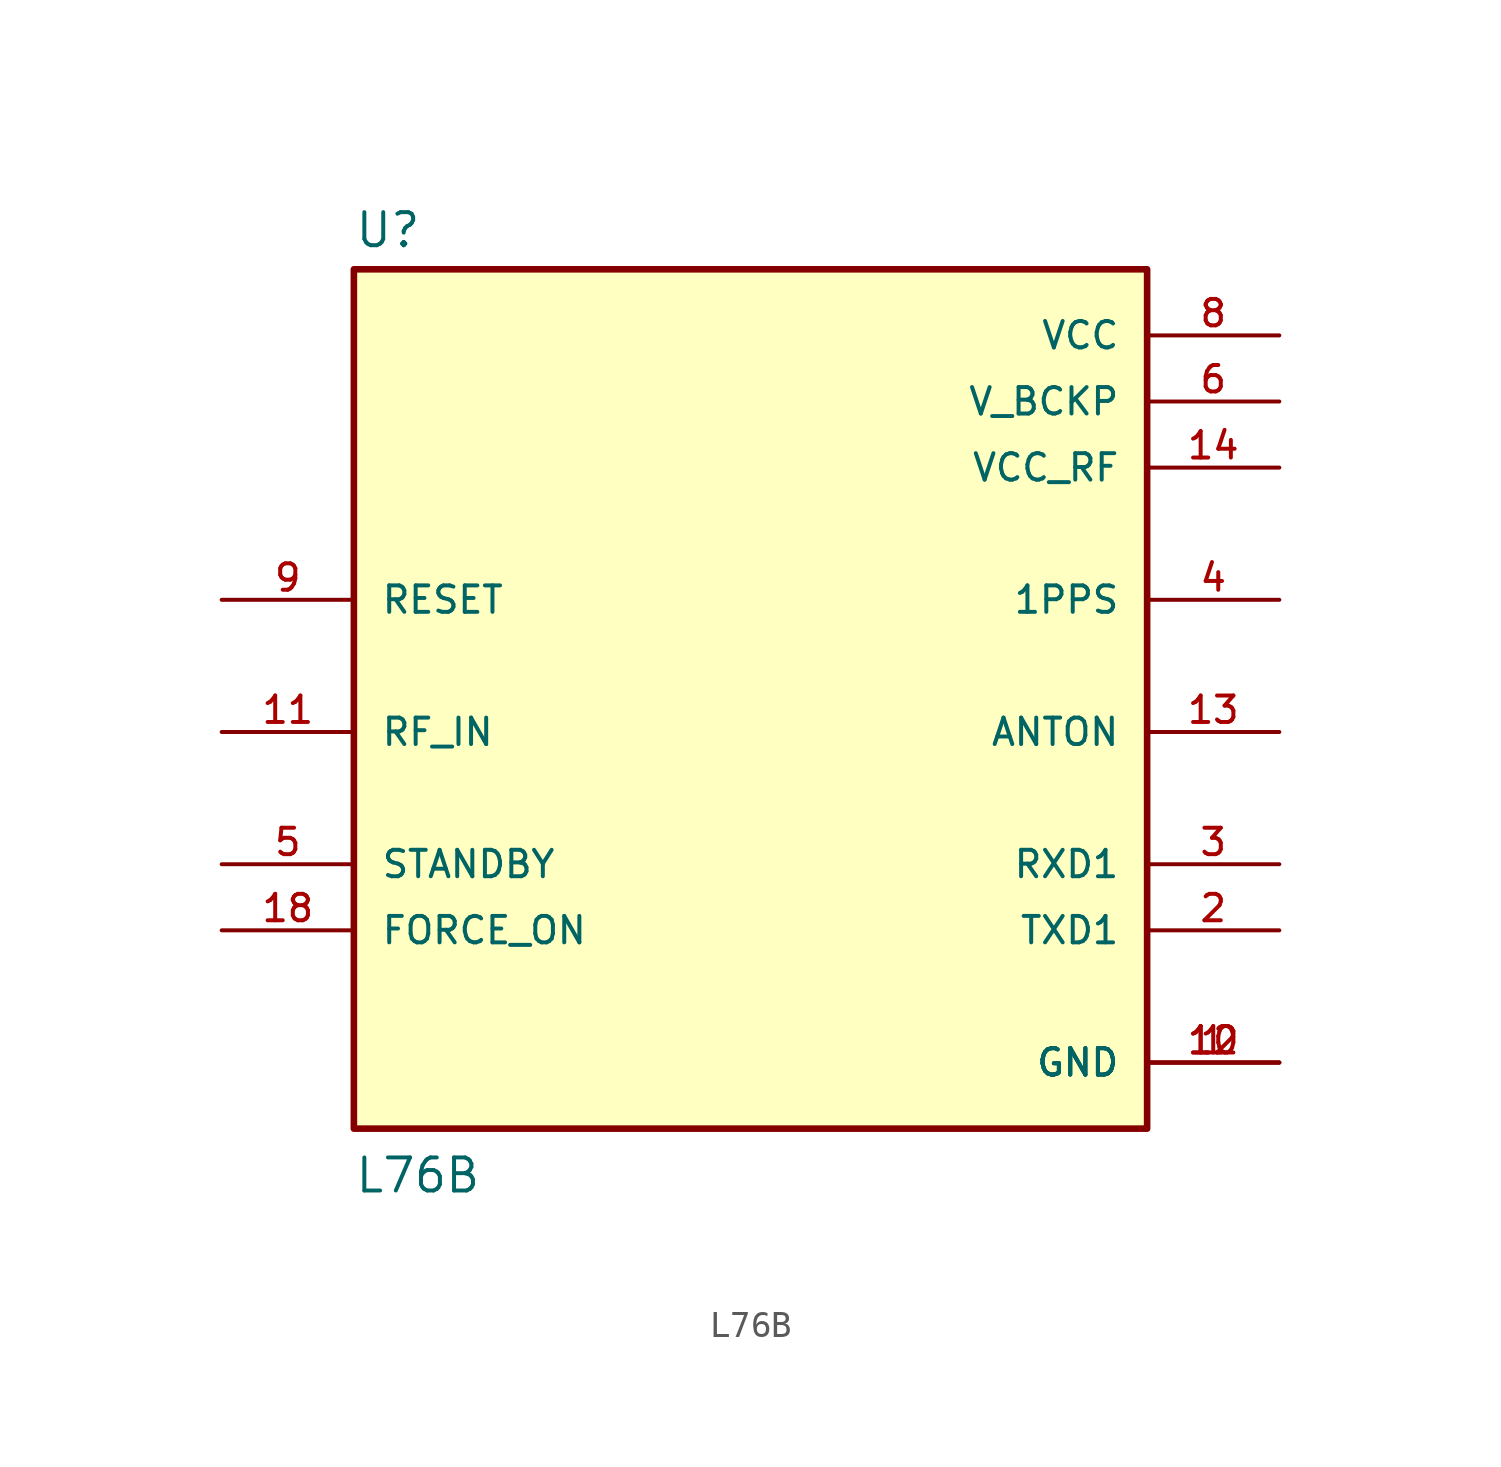
<source format=kicad_sym>
(kicad_symbol_lib
  (version 20211014)
  (generator kicad_symbol_editor)
  (symbol "L76B"
    (pin_names
      (offset 1.016))
    (property "Reference" "U"
      (at -15.24 18.542 0)
      (effects (font (size 1.27 1.27)) (justify left bottom)))
    (property "Value" "L76B"
      (at -15.24 -17.78 0)
      (effects (font (size 1.27 1.27)) (justify left bottom)))
    (property "ki_locked" ""
      (at 0 0 0)
      (effects (font (size 1.27 1.27))))
    (symbol "L76B_0_0"
      (rectangle (start -15.24 -15.24) (end 15.24 17.78) (stroke (width 0.254) (type default) (color 0 0 0 0)) (fill (type background)))
      (pin power_in line (at 20.32 -12.7 180) (length 5.08) (name "GND" (effects (font (size 1.016 1.016)))) (number "1" (effects (font (size 1.016 1.016)))))
      (pin power_in line (at 20.32 -12.7 180) (length 5.08) (name "GND" (effects (font (size 1.016 1.016)))) (number "10" (effects (font (size 1.016 1.016)))))
      (pin input line (at -20.32 0 0) (length 5.08) (name "RF_IN" (effects (font (size 1.016 1.016)))) (number "11" (effects (font (size 1.016 1.016)))))
      (pin power_in line (at 20.32 -12.7 180) (length 5.08) (name "GND" (effects (font (size 1.016 1.016)))) (number "12" (effects (font (size 1.016 1.016)))))
      (pin output line (at 20.32 0 180) (length 5.08) (name "ANTON" (effects (font (size 1.016 1.016)))) (number "13" (effects (font (size 1.016 1.016)))))
      (pin power_in line (at 20.32 10.16 180) (length 5.08) (name "VCC_RF" (effects (font (size 1.016 1.016)))) (number "14" (effects (font (size 1.016 1.016)))))
      (pin input line (at -20.32 -7.62 0) (length 5.08) (name "FORCE_ON" (effects (font (size 1.016 1.016)))) (number "18" (effects (font (size 1.016 1.016)))))
      (pin output line (at 20.32 -7.62 180) (length 5.08) (name "TXD1" (effects (font (size 1.016 1.016)))) (number "2" (effects (font (size 1.016 1.016)))))
      (pin input line (at 20.32 -5.08 180) (length 5.08) (name "RXD1" (effects (font (size 1.016 1.016)))) (number "3" (effects (font (size 1.016 1.016)))))
      (pin output line (at 20.32 5.08 180) (length 5.08) (name "1PPS" (effects (font (size 1.016 1.016)))) (number "4" (effects (font (size 1.016 1.016)))))
      (pin input line (at -20.32 -5.08 0) (length 5.08) (name "STANDBY" (effects (font (size 1.016 1.016)))) (number "5" (effects (font (size 1.016 1.016)))))
      (pin power_in line (at 20.32 12.7 180) (length 5.08) (name "V_BCKP" (effects (font (size 1.016 1.016)))) (number "6" (effects (font (size 1.016 1.016)))))
      (pin power_in line (at 20.32 15.24 180) (length 5.08) (name "VCC" (effects (font (size 1.016 1.016)))) (number "8" (effects (font (size 1.016 1.016)))))
      (pin input line (at -20.32 5.08 0) (length 5.08) (name "RESET" (effects (font (size 1.016 1.016)))) (number "9" (effects (font (size 1.016 1.016))))))))
</source>
